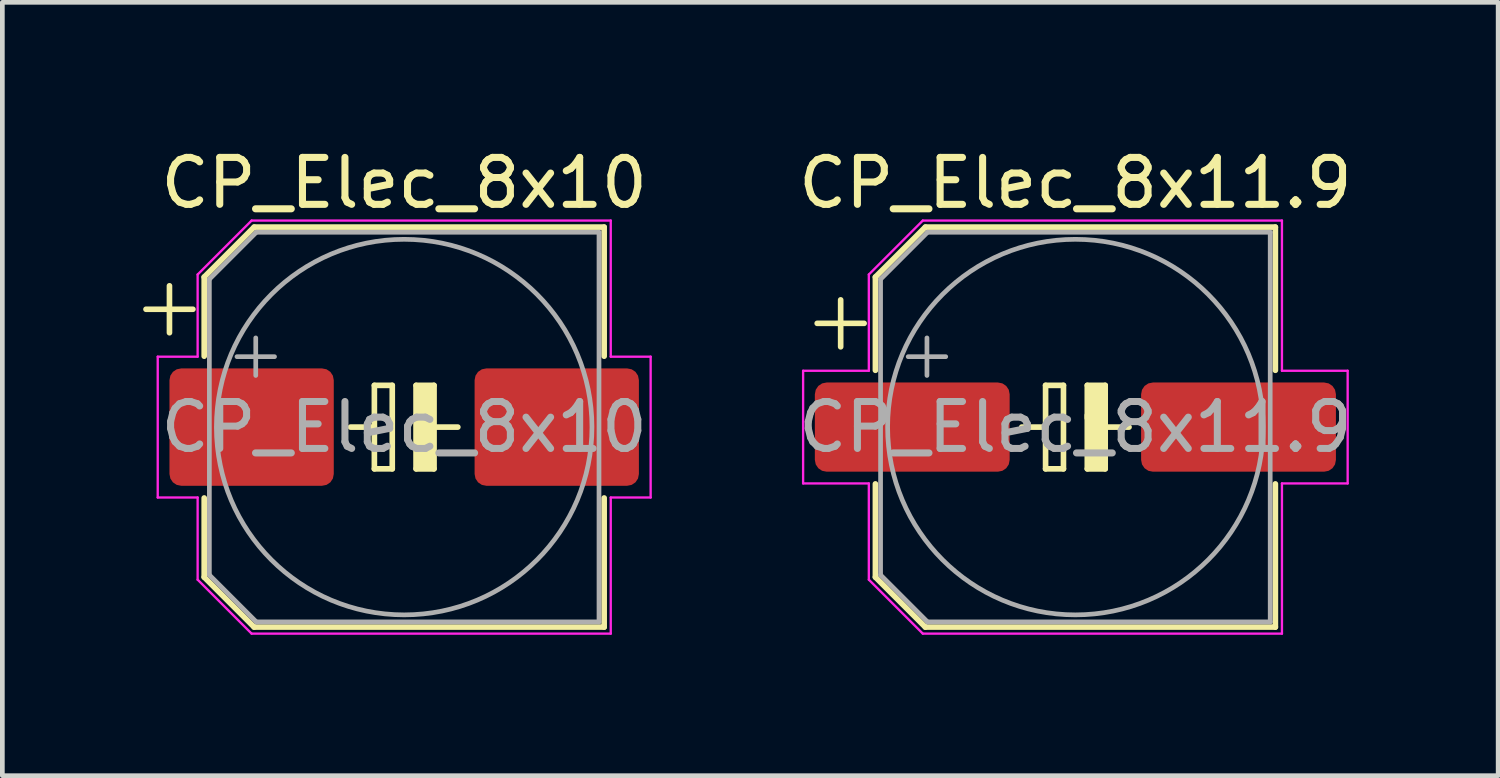
<source format=kicad_pcb>
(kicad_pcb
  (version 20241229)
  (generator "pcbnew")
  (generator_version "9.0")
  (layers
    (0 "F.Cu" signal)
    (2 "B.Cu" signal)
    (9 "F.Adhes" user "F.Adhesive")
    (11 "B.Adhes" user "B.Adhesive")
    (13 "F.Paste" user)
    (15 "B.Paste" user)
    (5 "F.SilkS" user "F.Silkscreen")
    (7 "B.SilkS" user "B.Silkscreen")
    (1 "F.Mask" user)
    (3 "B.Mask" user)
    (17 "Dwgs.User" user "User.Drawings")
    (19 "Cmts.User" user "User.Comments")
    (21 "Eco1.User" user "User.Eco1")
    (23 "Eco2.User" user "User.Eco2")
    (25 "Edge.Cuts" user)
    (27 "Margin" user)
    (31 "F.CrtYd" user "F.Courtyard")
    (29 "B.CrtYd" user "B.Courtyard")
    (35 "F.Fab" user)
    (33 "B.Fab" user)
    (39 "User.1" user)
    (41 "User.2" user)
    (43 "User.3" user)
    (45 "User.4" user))
  (footprint "CP_Elec_8x10"
    (layer "F.Cu")
    (at 5.56 6.048)
    (property "Reference" "CP_Elec_8x10" (at 0 -5.2 0) (layer "F.SilkS") (effects (font (size 1 1) (thickness 0.15))))
    (attr smd)
    (fp_line (start -5.5 -2.51) (end -4.5 -2.51) (stroke (width 0.12) (type solid)) (layer "F.SilkS"))
    (fp_line (start -5 -3.01) (end -5 -2.01) (stroke (width 0.12) (type solid)) (layer "F.SilkS"))
    (fp_line (start -4.26 -3.196) (end -4.26 -1.51) (stroke (width 0.12) (type solid)) (layer "F.SilkS"))
    (fp_line (start -4.26 -3.196) (end -3.196 -4.26) (stroke (width 0.12) (type solid)) (layer "F.SilkS"))
    (fp_line (start -4.26 3.196) (end -4.26 1.51) (stroke (width 0.12) (type solid)) (layer "F.SilkS"))
    (fp_line (start -4.26 3.196) (end -3.196 4.26) (stroke (width 0.12) (type solid)) (layer "F.SilkS"))
    (fp_line (start -3.196 -4.26) (end 4.26 -4.26) (stroke (width 0.12) (type solid)) (layer "F.SilkS"))
    (fp_line (start -3.196 4.26) (end 4.26 4.26) (stroke (width 0.12) (type solid)) (layer "F.SilkS"))
    (fp_line (start -0.635 -0.889) (end -0.254 -0.889) (stroke (width 0.12) (type solid)) (layer "F.SilkS"))
    (fp_line (start -0.635 0) (end -1.143 0) (stroke (width 0.12) (type solid)) (layer "F.SilkS"))
    (fp_line (start -0.635 0.889) (end -0.635 -0.889) (stroke (width 0.12) (type solid)) (layer "F.SilkS"))
    (fp_line (start -0.254 -0.889) (end -0.254 0.889) (stroke (width 0.12) (type solid)) (layer "F.SilkS"))
    (fp_line (start -0.254 0.889) (end -0.635 0.889) (stroke (width 0.12) (type solid)) (layer "F.SilkS"))
    (fp_line (start 0.254 -0.889) (end 0.254 -0.191) (stroke (width 0.12) (type solid)) (layer "F.SilkS"))
    (fp_line (start 0.254 -0.889) (end 0.635 -0.889) (stroke (width 0.12) (type solid)) (layer "F.SilkS"))
    (fp_line (start 0.254 -0.254) (end 0.254 0.889) (stroke (width 0.12) (type solid)) (layer "F.SilkS"))
    (fp_line (start 0.635 0) (end 1.143 0) (stroke (width 0.12) (type solid)) (layer "F.SilkS"))
    (fp_line (start 0.635 0.889) (end 0.254 0.889) (stroke (width 0.12) (type solid)) (layer "F.SilkS"))
    (fp_line (start 0.635 0.889) (end 0.635 -0.889) (stroke (width 0.12) (type solid)) (layer "F.SilkS"))
    (fp_line (start 4.26 -4.26) (end 4.26 -1.51) (stroke (width 0.12) (type solid)) (layer "F.SilkS"))
    (fp_line (start 4.26 4.26) (end 4.26 1.51) (stroke (width 0.12) (type solid)) (layer "F.SilkS"))
    (fp_poly (pts (xy 0.635 0.889) (xy 0.254 0.889) (xy 0.254 -0.889) (xy 0.635 -0.889)) (stroke (width 0.1) (type solid)) (fill yes) (layer "F.SilkS"))
    (fp_line (start -5.25 -1.5) (end -5.25 1.5) (stroke (width 0.05) (type solid)) (layer "F.CrtYd"))
    (fp_line (start -5.25 1.5) (end -4.4 1.5) (stroke (width 0.05) (type solid)) (layer "F.CrtYd"))
    (fp_line (start -4.4 -3.25) (end -4.4 -1.5) (stroke (width 0.05) (type solid)) (layer "F.CrtYd"))
    (fp_line (start -4.4 -3.25) (end -3.25 -4.4) (stroke (width 0.05) (type solid)) (layer "F.CrtYd"))
    (fp_line (start -4.4 -1.5) (end -5.25 -1.5) (stroke (width 0.05) (type solid)) (layer "F.CrtYd"))
    (fp_line (start -4.4 1.5) (end -4.4 3.25) (stroke (width 0.05) (type solid)) (layer "F.CrtYd"))
    (fp_line (start -4.4 3.25) (end -3.25 4.4) (stroke (width 0.05) (type solid)) (layer "F.CrtYd"))
    (fp_line (start -3.25 -4.4) (end 4.4 -4.4) (stroke (width 0.05) (type solid)) (layer "F.CrtYd"))
    (fp_line (start -3.25 4.4) (end 4.4 4.4) (stroke (width 0.05) (type solid)) (layer "F.CrtYd"))
    (fp_line (start 4.4 -4.4) (end 4.4 -1.5) (stroke (width 0.05) (type solid)) (layer "F.CrtYd"))
    (fp_line (start 4.4 -1.5) (end 5.25 -1.5) (stroke (width 0.05) (type solid)) (layer "F.CrtYd"))
    (fp_line (start 4.4 1.5) (end 4.4 4.4) (stroke (width 0.05) (type solid)) (layer "F.CrtYd"))
    (fp_line (start 5.25 -1.5) (end 5.25 1.5) (stroke (width 0.05) (type solid)) (layer "F.CrtYd"))
    (fp_line (start 5.25 1.5) (end 4.4 1.5) (stroke (width 0.05) (type solid)) (layer "F.CrtYd"))
    (fp_line (start -4.15 -3.15) (end -4.15 3.15) (stroke (width 0.1) (type solid)) (layer "F.Fab"))
    (fp_line (start -4.15 -3.15) (end -3.15 -4.15) (stroke (width 0.1) (type solid)) (layer "F.Fab"))
    (fp_line (start -4.15 3.15) (end -3.15 4.15) (stroke (width 0.1) (type solid)) (layer "F.Fab"))
    (fp_line (start -3.562 -1.5) (end -2.762 -1.5) (stroke (width 0.1) (type solid)) (layer "F.Fab"))
    (fp_line (start -3.162 -1.9) (end -3.162 -1.1) (stroke (width 0.1) (type solid)) (layer "F.Fab"))
    (fp_line (start -3.15 -4.15) (end 4.15 -4.15) (stroke (width 0.1) (type solid)) (layer "F.Fab"))
    (fp_line (start -3.15 4.15) (end 4.15 4.15) (stroke (width 0.1) (type solid)) (layer "F.Fab"))
    (fp_line (start 4.15 -4.15) (end 4.15 4.15) (stroke (width 0.1) (type solid)) (layer "F.Fab"))
    (fp_circle (center 0 0) (end 4 0) (stroke (width 0.1) (type solid)) (fill no) (layer "F.Fab"))
    (fp_text user "${REFERENCE}" (at 0 0 0) (layer "F.Fab") (effects (font (size 1 1) (thickness 0.15))))
    (pad "1" smd roundrect (at -3.25 0) (size 3.5 2.5) (layers "F.Cu" "F.Mask" "F.Paste") (roundrect_rratio 0.1))
    (pad "2" smd roundrect (at 3.25 0) (size 3.5 2.5) (layers "F.Cu" "F.Mask" "F.Paste") (roundrect_rratio 0.1)))
  (footprint "CP_Elec_8x11.9"
    (layer "F.Cu")
    (at 19.858 6.048)
    (property "Reference" "CP_Elec_8x11.9" (at 0 -5.2 0) (layer "F.SilkS") (effects (font (size 1 1) (thickness 0.15))))
    (attr smd)
    (fp_line (start -5.5 -2.21) (end -4.5 -2.21) (stroke (width 0.12) (type solid)) (layer "F.SilkS"))
    (fp_line (start -5 -2.71) (end -5 -1.71) (stroke (width 0.12) (type solid)) (layer "F.SilkS"))
    (fp_line (start -4.26 -3.196) (end -4.26 -1.21) (stroke (width 0.12) (type solid)) (layer "F.SilkS"))
    (fp_line (start -4.26 -3.196) (end -3.196 -4.26) (stroke (width 0.12) (type solid)) (layer "F.SilkS"))
    (fp_line (start -4.26 3.196) (end -4.26 1.21) (stroke (width 0.12) (type solid)) (layer "F.SilkS"))
    (fp_line (start -4.26 3.196) (end -3.196 4.26) (stroke (width 0.12) (type solid)) (layer "F.SilkS"))
    (fp_line (start -3.196 -4.26) (end 4.26 -4.26) (stroke (width 0.12) (type solid)) (layer "F.SilkS"))
    (fp_line (start -3.196 4.26) (end 4.26 4.26) (stroke (width 0.12) (type solid)) (layer "F.SilkS"))
    (fp_line (start -0.635 -0.889) (end -0.254 -0.889) (stroke (width 0.12) (type solid)) (layer "F.SilkS"))
    (fp_line (start -0.635 0) (end -1.143 0) (stroke (width 0.12) (type solid)) (layer "F.SilkS"))
    (fp_line (start -0.635 0.889) (end -0.635 -0.889) (stroke (width 0.12) (type solid)) (layer "F.SilkS"))
    (fp_line (start -0.254 -0.889) (end -0.254 0.889) (stroke (width 0.12) (type solid)) (layer "F.SilkS"))
    (fp_line (start -0.254 0.889) (end -0.635 0.889) (stroke (width 0.12) (type solid)) (layer "F.SilkS"))
    (fp_line (start 0.254 -0.889) (end 0.254 -0.191) (stroke (width 0.12) (type solid)) (layer "F.SilkS"))
    (fp_line (start 0.254 -0.889) (end 0.635 -0.889) (stroke (width 0.12) (type solid)) (layer "F.SilkS"))
    (fp_line (start 0.254 -0.254) (end 0.254 0.889) (stroke (width 0.12) (type solid)) (layer "F.SilkS"))
    (fp_line (start 0.635 0) (end 1.143 0) (stroke (width 0.12) (type solid)) (layer "F.SilkS"))
    (fp_line (start 0.635 0.889) (end 0.254 0.889) (stroke (width 0.12) (type solid)) (layer "F.SilkS"))
    (fp_line (start 0.635 0.889) (end 0.635 -0.889) (stroke (width 0.12) (type solid)) (layer "F.SilkS"))
    (fp_line (start 4.26 -4.26) (end 4.26 -1.21) (stroke (width 0.12) (type solid)) (layer "F.SilkS"))
    (fp_line (start 4.26 4.26) (end 4.26 1.21) (stroke (width 0.12) (type solid)) (layer "F.SilkS"))
    (fp_poly (pts (xy 0.635 0.889) (xy 0.254 0.889) (xy 0.254 -0.889) (xy 0.635 -0.889)) (stroke (width 0.1) (type solid)) (fill yes) (layer "F.SilkS"))
    (fp_line (start -5.8 -1.2) (end -5.8 1.2) (stroke (width 0.05) (type solid)) (layer "F.CrtYd"))
    (fp_line (start -5.8 1.2) (end -4.4 1.2) (stroke (width 0.05) (type solid)) (layer "F.CrtYd"))
    (fp_line (start -4.4 -3.25) (end -4.4 -1.2) (stroke (width 0.05) (type solid)) (layer "F.CrtYd"))
    (fp_line (start -4.4 -3.25) (end -3.25 -4.4) (stroke (width 0.05) (type solid)) (layer "F.CrtYd"))
    (fp_line (start -4.4 -1.2) (end -5.8 -1.2) (stroke (width 0.05) (type solid)) (layer "F.CrtYd"))
    (fp_line (start -4.4 1.2) (end -4.4 3.25) (stroke (width 0.05) (type solid)) (layer "F.CrtYd"))
    (fp_line (start -4.4 3.25) (end -3.25 4.4) (stroke (width 0.05) (type solid)) (layer "F.CrtYd"))
    (fp_line (start -3.25 -4.4) (end 4.4 -4.4) (stroke (width 0.05) (type solid)) (layer "F.CrtYd"))
    (fp_line (start -3.25 4.4) (end 4.4 4.4) (stroke (width 0.05) (type solid)) (layer "F.CrtYd"))
    (fp_line (start 4.4 -4.4) (end 4.4 -1.2) (stroke (width 0.05) (type solid)) (layer "F.CrtYd"))
    (fp_line (start 4.4 -1.2) (end 5.8 -1.2) (stroke (width 0.05) (type solid)) (layer "F.CrtYd"))
    (fp_line (start 4.4 1.2) (end 4.4 4.4) (stroke (width 0.05) (type solid)) (layer "F.CrtYd"))
    (fp_line (start 5.8 -1.2) (end 5.8 1.2) (stroke (width 0.05) (type solid)) (layer "F.CrtYd"))
    (fp_line (start 5.8 1.2) (end 4.4 1.2) (stroke (width 0.05) (type solid)) (layer "F.CrtYd"))
    (fp_line (start -4.15 -3.15) (end -4.15 3.15) (stroke (width 0.1) (type solid)) (layer "F.Fab"))
    (fp_line (start -4.15 -3.15) (end -3.15 -4.15) (stroke (width 0.1) (type solid)) (layer "F.Fab"))
    (fp_line (start -4.15 3.15) (end -3.15 4.15) (stroke (width 0.1) (type solid)) (layer "F.Fab"))
    (fp_line (start -3.562 -1.5) (end -2.762 -1.5) (stroke (width 0.1) (type solid)) (layer "F.Fab"))
    (fp_line (start -3.162 -1.9) (end -3.162 -1.1) (stroke (width 0.1) (type solid)) (layer "F.Fab"))
    (fp_line (start -3.15 -4.15) (end 4.15 -4.15) (stroke (width 0.1) (type solid)) (layer "F.Fab"))
    (fp_line (start -3.15 4.15) (end 4.15 4.15) (stroke (width 0.1) (type solid)) (layer "F.Fab"))
    (fp_line (start 4.15 -4.15) (end 4.15 4.15) (stroke (width 0.1) (type solid)) (layer "F.Fab"))
    (fp_circle (center 0 0) (end 4 0) (stroke (width 0.1) (type solid)) (fill no) (layer "F.Fab"))
    (fp_text user "${REFERENCE}" (at 0 0 0) (layer "F.Fab") (effects (font (size 1 1) (thickness 0.15))))
    (pad "1" smd roundrect (at -3.475 0) (size 4.15 1.9) (layers "F.Cu" "F.Mask" "F.Paste") (roundrect_rratio 0.132))
    (pad "2" smd roundrect (at 3.475 0) (size 4.15 1.9) (layers "F.Cu" "F.Mask" "F.Paste") (roundrect_rratio 0.132)))
  (gr_rect
    (start -3 -3)
    (end 28.864 13.473)
    (stroke (width 0.1) (type default))
    (fill no)
    (layer "Edge.Cuts")))
</source>
